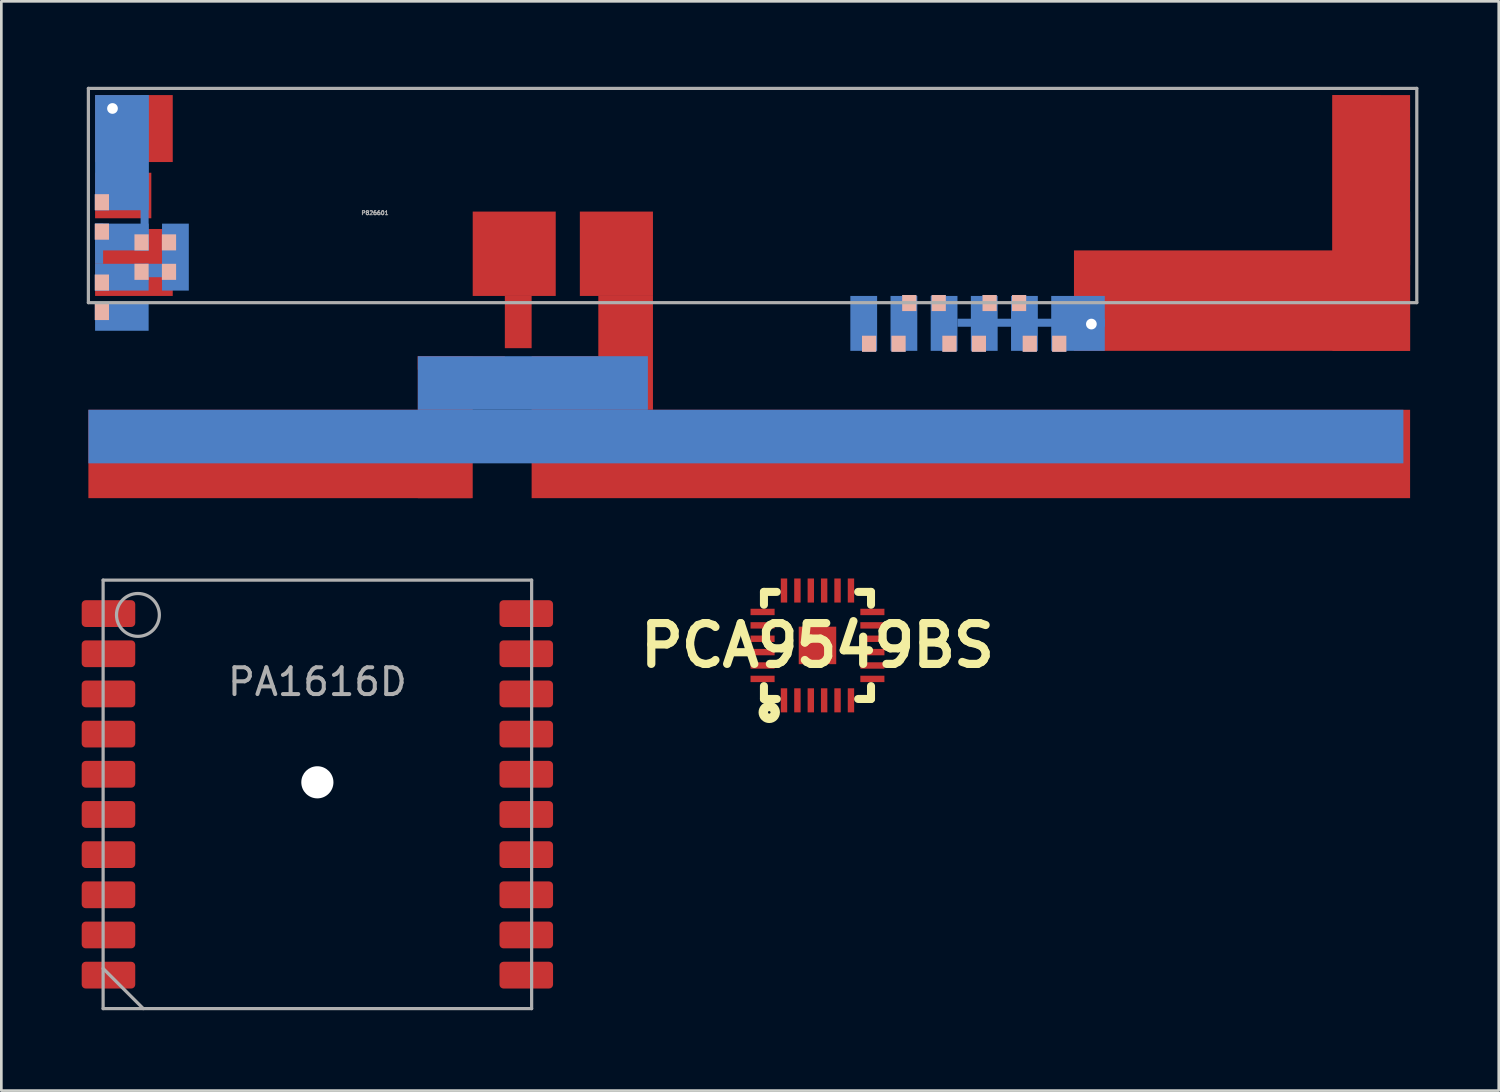
<source format=kicad_pcb>
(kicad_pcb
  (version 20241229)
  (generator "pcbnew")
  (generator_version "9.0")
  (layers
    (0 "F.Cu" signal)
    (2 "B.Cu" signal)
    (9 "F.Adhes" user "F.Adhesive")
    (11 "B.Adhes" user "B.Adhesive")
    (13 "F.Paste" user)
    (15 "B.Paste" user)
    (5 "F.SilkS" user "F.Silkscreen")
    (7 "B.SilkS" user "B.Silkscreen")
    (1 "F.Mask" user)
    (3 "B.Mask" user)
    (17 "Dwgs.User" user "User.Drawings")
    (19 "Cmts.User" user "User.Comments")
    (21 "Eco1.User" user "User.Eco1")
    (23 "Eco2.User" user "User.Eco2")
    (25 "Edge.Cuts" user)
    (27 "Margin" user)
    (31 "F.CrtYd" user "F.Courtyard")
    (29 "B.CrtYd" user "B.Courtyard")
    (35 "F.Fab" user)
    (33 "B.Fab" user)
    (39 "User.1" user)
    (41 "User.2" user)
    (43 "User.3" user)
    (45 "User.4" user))
  (footprint "PCA9549BS"
    (layer "F.Cu")
    (at 27.473 21.049)
    (property "Reference" "PCA9549BS" (at 0 0 0) (layer "F.SilkS") (effects (font (size 1.524 1.524) (thickness 0.305))))
    (attr through_hole)
    (fp_line (start -1.999 -1.999) (end -1.999 -1.519) (stroke (width 0.3) (type solid)) (layer "F.SilkS"))
    (fp_line (start -1.999 -1.999) (end -1.519 -1.999) (stroke (width 0.3) (type solid)) (layer "F.SilkS"))
    (fp_line (start -1.999 1.519) (end -1.999 1.999) (stroke (width 0.3) (type solid)) (layer "F.SilkS"))
    (fp_line (start -1.999 1.999) (end -1.519 1.999) (stroke (width 0.3) (type solid)) (layer "F.SilkS"))
    (fp_line (start 1.519 -1.999) (end 1.999 -1.999) (stroke (width 0.3) (type solid)) (layer "F.SilkS"))
    (fp_line (start 1.519 1.999) (end 1.999 1.999) (stroke (width 0.3) (type solid)) (layer "F.SilkS"))
    (fp_line (start 1.999 -1.999) (end 1.999 -1.519) (stroke (width 0.3) (type solid)) (layer "F.SilkS"))
    (fp_line (start 1.999 1.519) (end 1.999 1.999) (stroke (width 0.3) (type solid)) (layer "F.SilkS"))
    (fp_circle (center -1.801 2.499) (end -1.801 2.301) (stroke (width 0.3) (type solid)) (fill no) (layer "F.SilkS"))
    (fp_circle (center -1.801 2.499) (end -1.801 2.4) (stroke (width 0.3) (type solid)) (fill no) (layer "F.SilkS"))
    (pad "1" smd trapezoid (at -1.25 2.05 180) (size 0.239 0.899) (layers "F.Cu" "F.Mask" "F.Paste"))
    (pad "2" smd rect (at -0.749 2.05 180) (size 0.239 0.899) (layers "F.Cu" "F.Mask" "F.Paste"))
    (pad "3" smd rect (at -0.249 2.05 180) (size 0.239 0.899) (layers "F.Cu" "F.Mask" "F.Paste"))
    (pad "4" smd rect (at 0.249 2.05 180) (size 0.239 0.899) (layers "F.Cu" "F.Mask" "F.Paste"))
    (pad "5" smd rect (at 0.749 2.05 180) (size 0.239 0.899) (layers "F.Cu" "F.Mask" "F.Paste"))
    (pad "6" smd rect (at 1.25 2.05 180) (size 0.239 0.899) (layers "F.Cu" "F.Mask" "F.Paste"))
    (pad "7" smd rect (at 2.05 1.25 270) (size 0.239 0.899) (layers "F.Cu" "F.Mask" "F.Paste"))
    (pad "8" smd rect (at 2.05 0.749 270) (size 0.239 0.899) (layers "F.Cu" "F.Mask" "F.Paste"))
    (pad "9" smd rect (at 0 0) (size 1.4 1.4) (layers "F.Cu" "F.Mask" "F.Paste"))
    (pad "9" smd rect (at 2.05 0.249 270) (size 0.239 0.899) (layers "F.Cu" "F.Mask" "F.Paste"))
    (pad "10" smd rect (at 2.05 -0.249 270) (size 0.239 0.899) (layers "F.Cu" "F.Mask" "F.Paste"))
    (pad "11" smd rect (at 2.05 -0.749 270) (size 0.239 0.899) (layers "F.Cu" "F.Mask" "F.Paste"))
    (pad "12" smd rect (at 2.05 -1.25 270) (size 0.239 0.899) (layers "F.Cu" "F.Mask" "F.Paste"))
    (pad "13" smd rect (at 1.25 -2.05) (size 0.239 0.899) (layers "F.Cu" "F.Mask" "F.Paste"))
    (pad "14" smd rect (at 0.749 -2.05) (size 0.239 0.899) (layers "F.Cu" "F.Mask" "F.Paste"))
    (pad "15" smd rect (at 0.249 -2.05) (size 0.239 0.899) (layers "F.Cu" "F.Mask" "F.Paste"))
    (pad "16" smd rect (at -0.249 -2.05) (size 0.239 0.899) (layers "F.Cu" "F.Mask" "F.Paste"))
    (pad "17" smd rect (at -0.749 -2.05) (size 0.239 0.899) (layers "F.Cu" "F.Mask" "F.Paste"))
    (pad "18" smd rect (at -1.25 -2.05) (size 0.239 0.899) (layers "F.Cu" "F.Mask" "F.Paste"))
    (pad "19" smd rect (at -2.05 -1.25 90) (size 0.239 0.899) (layers "F.Cu" "F.Mask" "F.Paste"))
    (pad "20" smd rect (at -2.05 -0.749 90) (size 0.239 0.899) (layers "F.Cu" "F.Mask" "F.Paste"))
    (pad "21" smd rect (at -2.05 -0.249 90) (size 0.239 0.899) (layers "F.Cu" "F.Mask" "F.Paste"))
    (pad "22" smd rect (at -2.05 0.249 90) (size 0.239 0.899) (layers "F.Cu" "F.Mask" "F.Paste"))
    (pad "23" smd rect (at -2.05 0.749 90) (size 0.239 0.899) (layers "F.Cu" "F.Mask" "F.Paste"))
    (pad "24" smd rect (at -2.05 1.25 90) (size 0.239 0.899) (layers "F.Cu" "F.Mask" "F.Paste")))
  (footprint "P826601"
    (layer "F.Cu")
    (at 0.25 0.25)
    (property "Reference" "P826601" (at 10.7 4.65 0) (layer "F.Fab") (effects (font (size 0.15 0.15) (thickness 0.037))))
    (attr through_hole)
    (fp_line (start 0 0) (end 0 8) (stroke (width 0.12) (type solid)) (layer "F.Fab"))
    (fp_line (start 0 8) (end 49.6 8) (stroke (width 0.12) (type solid)) (layer "F.Fab"))
    (fp_line (start 49.6 0) (end 0 0) (stroke (width 0.12) (type solid)) (layer "F.Fab"))
    (fp_line (start 49.6 8) (end 49.6 0) (stroke (width 0.12) (type solid)) (layer "F.Fab"))
    (pad "" smd rect (at 0.4 5.8) (size 0.3 1.5) (layers "B.Cu"))
    (pad "" smd rect (at 0.505 4.25) (size 0.53 0.6) (layers "B.Cu" "B.SilkS" "B.Paste"))
    (pad "" smd rect (at 0.505 5.35) (size 0.53 0.6) (layers "B.Cu" "B.SilkS" "B.Paste"))
    (pad "" smd rect (at 0.505 7.25) (size 0.53 0.6) (layers "B.Cu" "B.SilkS" "B.Paste"))
    (pad "" smd rect (at 0.505 8.35) (size 0.53 0.6) (layers "B.Cu" "B.SilkS" "B.Paste"))
    (pad "" thru_hole circle (at 0.9 0.75) (size 0.9 0.9) (drill 0.4) (layers "*.Cu"))
    (pad "" smd rect (at 1.25 2.4) (size 2 4.3) (layers "B.Cu"))
    (pad "" smd rect (at 1.25 5.55) (size 2 1) (layers "B.Cu"))
    (pad "" smd rect (at 1.25 7.05) (size 2 1) (layers "B.Cu"))
    (pad "" smd rect (at 1.25 8.55) (size 2 1) (layers "B.Cu"))
    (pad "" smd rect (at 1.985 5.75) (size 0.53 0.6) (layers "B.Cu" "B.SilkS" "B.Paste"))
    (pad "" smd rect (at 1.985 6.85) (size 0.53 0.6) (layers "B.Cu" "B.SilkS" "B.Paste"))
    (pad "" smd rect (at 2.1 3.15) (size 0.3 5.8) (layers "B.Cu"))
    (pad "" smd rect (at 2.5 6.8) (size 0.8 0.5) (layers "B.Cu"))
    (pad "" smd rect (at 3.01 5.75) (size 0.53 0.6) (layers "B.Cu" "B.SilkS" "B.Paste"))
    (pad "" smd rect (at 3.01 6.85) (size 0.53 0.6) (layers "B.Cu" "B.SilkS" "B.Paste"))
    (pad "" smd rect (at 3.25 6.3) (size 1 2.5) (layers "B.Cu"))
    (pad "" smd rect (at 28.95 8.775) (size 1 2.05) (layers "B.Cu"))
    (pad "" smd rect (at 30.25 9.535) (size 0.53 0.6) (layers "B.Cu" "B.SilkS" "B.Paste"))
    (pad "" smd rect (at 30.45 8.775) (size 1 2.05) (layers "B.Cu"))
    (pad "" smd rect (at 30.65 8.015) (size 0.53 0.6) (layers "B.Cu" "B.SilkS" "B.Paste"))
    (pad "" smd rect (at 31.75 8.015) (size 0.53 0.6) (layers "B.Cu" "B.SilkS" "B.Paste"))
    (pad "" smd rect (at 31.95 8.775) (size 1 2.05) (layers "B.Cu"))
    (pad "" smd rect (at 32.15 9.535) (size 0.53 0.6) (layers "B.Cu" "B.SilkS" "B.Paste"))
    (pad "" smd rect (at 33.25 9.535) (size 0.53 0.6) (layers "B.Cu" "B.SilkS" "B.Paste"))
    (pad "" smd rect (at 33.45 8.775) (size 1 2.05) (layers "B.Cu"))
    (pad "" smd rect (at 33.65 8.015) (size 0.53 0.6) (layers "B.Cu" "B.SilkS" "B.Paste"))
    (pad "" smd rect (at 34.75 8.015) (size 0.53 0.6) (layers "B.Cu" "B.SilkS" "B.Paste"))
    (pad "" smd rect (at 34.95 8.775) (size 1 2.05) (layers "B.Cu"))
    (pad "" smd rect (at 35.15 9.535) (size 0.53 0.6) (layers "B.Cu" "B.SilkS" "B.Paste"))
    (pad "" smd rect (at 35.2 8.75) (size 5.5 0.3) (layers "B.Cu"))
    (pad "" smd rect (at 36.25 9.535) (size 0.53 0.6) (layers "B.Cu" "B.SilkS" "B.Paste"))
    (pad "" smd rect (at 36.95 8.775) (size 2 2.05) (layers "B.Cu"))
    (pad "" thru_hole circle (at 37.45 8.8) (size 0.9 0.9) (drill 0.4) (layers "*.Cu"))
    (pad "" smd rect (at 43.075 7.925) (size 12.55 3.75) (layers "F.Cu"))
    (pad "" smd rect (at 47.9 5.025) (size 2.9 9.55) (layers "F.Cu"))
    (pad "1" smd rect (at 15.9 6.175) (size 3.1 3.15) (layers "F.Cu" "F.Mask" "F.Paste"))
    (pad "1" smd rect (at 16.05 8.725) (size 1 1.95) (layers "F.Cu"))
    (pad "2" smd rect (at 7.15 13.65) (size 14.3 3.3) (layers "F.Cu"))
    (pad "2" smd rect (at 13.325 12.65) (size 2.05 5.3) (layers "F.Cu"))
    (pad "2" smd rect (at 13.925 10.25) (size 3.25 0.5) (layers "F.Cu"))
    (pad "2" smd rect (at 16.595 11) (size 8.59 2) (layers "B.Cu"))
    (pad "2" smd rect (at 17.795 11) (size 2.49 2) (layers "F.Cu"))
    (pad "2" smd rect (at 19.715 6.175) (size 2.73 3.15) (layers "F.Cu" "F.Mask" "F.Paste"))
    (pad "2" smd rect (at 20.06 9.875) (size 2.04 4.25) (layers "F.Cu"))
    (pad "2" smd rect (at 24.55 13) (size 49.1 2) (layers "B.Cu"))
    (pad "2" smd rect (at 32.95 13.65) (size 32.8 3.3) (layers "F.Cu"))
    (pad "3" smd rect (at 47.35 4) (size 1.8 7.5) (layers "F.Cu" "F.Mask" "F.Paste"))
    (pad "3" smd rect (at 48.8 2.45) (size 1.1 2) (layers "F.Cu" "F.Mask" "F.Paste"))
    (pad "3" smd rect (at 48.8 5.6) (size 1.1 2) (layers "F.Cu" "F.Mask" "F.Paste"))
    (pad "4" smd rect (at 40.3 7.15) (size 2.4 1.2) (layers "F.Cu" "F.Mask" "F.Paste"))
    (pad "5" smd rect (at 1.7 1.5) (size 2.9 2.5) (layers "F.Cu" "F.Mask" "F.Paste"))
    (pad "6" smd rect (at 1.3 4) (size 2.1 1.7) (layers "F.Cu" "F.Mask" "F.Paste"))
    (pad "7" smd rect (at 1.7 6.5) (size 2.9 2.5) (layers "F.Cu" "F.Mask" "F.Paste"))
    (pad "12" smd rect (at 29.15 9.535) (size 0.53 0.6) (layers "B.Cu" "B.SilkS" "B.Paste")))
  (footprint "PA1616D"
    (layer "F.Cu")
    (at 8.8 26.61)
    (property "Reference" "PA1616D" (at 0 -4.2 0) (layer "F.Fab") (effects (font (size 1 1) (thickness 0.15))))
    (attr through_hole)
    (fp_line (start -8 -8) (end 8 -8) (stroke (width 0.12) (type solid)) (layer "F.Fab"))
    (fp_line (start -8 6.5) (end -6.5 8) (stroke (width 0.12) (type solid)) (layer "F.Fab"))
    (fp_line (start -8 8) (end -8 -8) (stroke (width 0.12) (type solid)) (layer "F.Fab"))
    (fp_line (start 8 -8) (end 8 8) (stroke (width 0.12) (type solid)) (layer "F.Fab"))
    (fp_line (start 8 8) (end -8 8) (stroke (width 0.12) (type solid)) (layer "F.Fab"))
    (fp_circle (center -6.7 -6.7) (end -6.7 -7.5) (stroke (width 0.12) (type solid)) (fill no) (layer "F.Fab"))
    (pad "" np_thru_hole circle (at 0 -0.45) (size 1.2 1.2) (drill 1.2) (layers "*.Cu" "*.Mask"))
    (pad "1" smd roundrect (at -7.8 -6.75) (size 2 1) (layers "F.Cu" "F.Mask" "F.Paste") (roundrect_rratio 0.15))
    (pad "2" smd roundrect (at -7.8 -5.25) (size 2 1) (layers "F.Cu" "F.Mask" "F.Paste") (roundrect_rratio 0.15))
    (pad "3" smd roundrect (at -7.8 -3.75) (size 2 1) (layers "F.Cu" "F.Mask" "F.Paste") (roundrect_rratio 0.15))
    (pad "4" smd roundrect (at -7.8 -2.25) (size 2 1) (layers "F.Cu" "F.Mask" "F.Paste") (roundrect_rratio 0.15))
    (pad "5" smd roundrect (at -7.8 -0.75) (size 2 1) (layers "F.Cu" "F.Mask" "F.Paste") (roundrect_rratio 0.15))
    (pad "6" smd roundrect (at -7.8 0.75) (size 2 1) (layers "F.Cu" "F.Mask" "F.Paste") (roundrect_rratio 0.15))
    (pad "7" smd roundrect (at -7.8 2.25) (size 2 1) (layers "F.Cu" "F.Mask" "F.Paste") (roundrect_rratio 0.15))
    (pad "8" smd roundrect (at -7.8 3.75) (size 2 1) (layers "F.Cu" "F.Mask" "F.Paste") (roundrect_rratio 0.15))
    (pad "9" smd roundrect (at -7.8 5.25) (size 2 1) (layers "F.Cu" "F.Mask" "F.Paste") (roundrect_rratio 0.15))
    (pad "10" smd roundrect (at -7.8 6.75) (size 2 1) (layers "F.Cu" "F.Mask" "F.Paste") (roundrect_rratio 0.15))
    (pad "11" smd roundrect (at 7.8 6.75) (size 2 1) (layers "F.Cu" "F.Mask" "F.Paste") (roundrect_rratio 0.15))
    (pad "12" smd roundrect (at 7.8 5.25) (size 2 1) (layers "F.Cu" "F.Mask" "F.Paste") (roundrect_rratio 0.15))
    (pad "13" smd roundrect (at 7.8 3.75) (size 2 1) (layers "F.Cu" "F.Mask" "F.Paste") (roundrect_rratio 0.15))
    (pad "14" smd roundrect (at 7.8 2.25) (size 2 1) (layers "F.Cu" "F.Mask" "F.Paste") (roundrect_rratio 0.15))
    (pad "15" smd roundrect (at 7.8 0.75) (size 2 1) (layers "F.Cu" "F.Mask" "F.Paste") (roundrect_rratio 0.15))
    (pad "16" smd roundrect (at 7.8 -0.75) (size 2 1) (layers "F.Cu" "F.Mask" "F.Paste") (roundrect_rratio 0.15))
    (pad "17" smd roundrect (at 7.8 -2.25) (size 2 1) (layers "F.Cu" "F.Mask" "F.Paste") (roundrect_rratio 0.15))
    (pad "18" smd roundrect (at 7.8 -3.75) (size 2 1) (layers "F.Cu" "F.Mask" "F.Paste") (roundrect_rratio 0.15))
    (pad "19" smd roundrect (at 7.8 -5.25) (size 2 1) (layers "F.Cu" "F.Mask" "F.Paste") (roundrect_rratio 0.15))
    (pad "20" smd roundrect (at 7.8 -6.75) (size 2 1) (layers "F.Cu" "F.Mask" "F.Paste") (roundrect_rratio 0.15)))
  (gr_rect
    (start -3 -3)
    (end 52.91 37.67)
    (stroke (width 0.1) (type default))
    (fill no)
    (layer "Edge.Cuts")))
</source>
